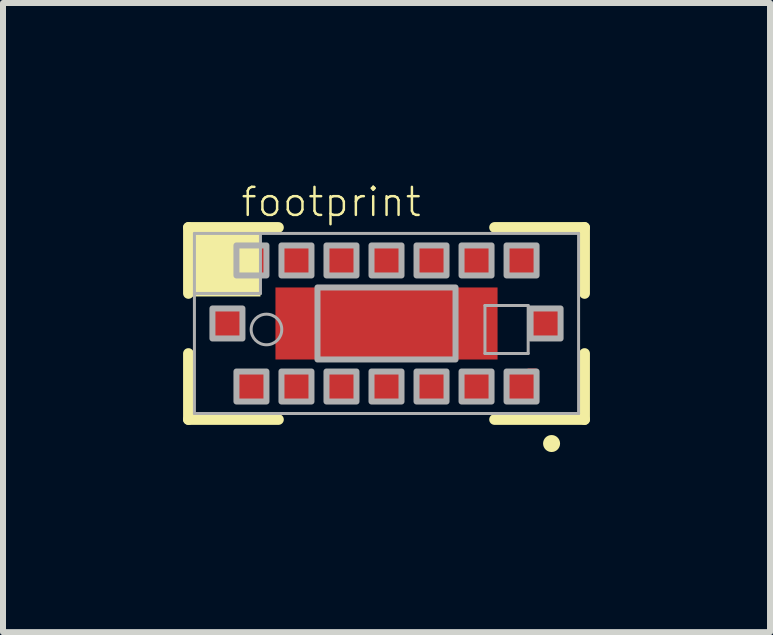
<source format=kicad_pcb>
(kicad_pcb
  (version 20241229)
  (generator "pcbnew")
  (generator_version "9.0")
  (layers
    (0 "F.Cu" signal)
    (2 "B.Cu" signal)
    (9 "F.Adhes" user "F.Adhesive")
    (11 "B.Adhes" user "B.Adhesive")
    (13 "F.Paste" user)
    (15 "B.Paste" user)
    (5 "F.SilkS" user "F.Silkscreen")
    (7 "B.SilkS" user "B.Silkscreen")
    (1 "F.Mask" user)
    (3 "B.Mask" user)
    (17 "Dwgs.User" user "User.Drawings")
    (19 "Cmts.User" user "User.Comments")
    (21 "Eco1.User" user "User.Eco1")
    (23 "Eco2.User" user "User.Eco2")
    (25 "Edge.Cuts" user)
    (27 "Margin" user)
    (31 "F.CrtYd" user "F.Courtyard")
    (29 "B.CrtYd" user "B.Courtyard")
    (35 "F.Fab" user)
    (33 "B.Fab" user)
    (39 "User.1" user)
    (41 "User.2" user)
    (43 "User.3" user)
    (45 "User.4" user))
  (footprint "footprint"
    (layer "F.Cu")
    (at 3.389 2.339)
    (property "Reference" "footprint" (at -2.45 -1.75 0) (layer "F.SilkS") (effects (font (size 0.467 0.467) (thickness 0.041)) (justify left bottom)))
    (fp_poly (pts (xy 2.35 0.9) (xy 2.5 0.9) (xy 2.5 0.75) (xy 2.35 0.75)) (stroke (width 0) (type solid)) (fill yes) (layer "F.Cu"))
    (fp_line (start -3.3 -1.6) (end -1.8 -1.6) (stroke (width 0.178) (type solid)) (layer "F.SilkS"))
    (fp_line (start -3.3 -0.5) (end -3.3 -1.6) (stroke (width 0.178) (type solid)) (layer "F.SilkS"))
    (fp_line (start -3.3 1.6) (end -3.3 0.5) (stroke (width 0.178) (type solid)) (layer "F.SilkS"))
    (fp_line (start -1.8 1.6) (end -3.3 1.6) (stroke (width 0.178) (type solid)) (layer "F.SilkS"))
    (fp_line (start 1.8 -1.6) (end 3.3 -1.6) (stroke (width 0.178) (type solid)) (layer "F.SilkS"))
    (fp_line (start 3.3 -1.6) (end 3.3 -0.5) (stroke (width 0.178) (type solid)) (layer "F.SilkS"))
    (fp_line (start 3.3 0.5) (end 3.3 1.6) (stroke (width 0.178) (type solid)) (layer "F.SilkS"))
    (fp_line (start 3.3 1.6) (end 1.8 1.6) (stroke (width 0.178) (type solid)) (layer "F.SilkS"))
    (fp_circle (center 2.75 2) (end 2.821 2) (stroke (width 0.141) (type solid)) (fill yes) (layer "F.SilkS"))
    (fp_poly (pts (xy -3.3 -0.45) (xy -2.1 -0.45) (xy -2.1 -1.55) (xy -3.3 -1.55)) (stroke (width 0) (type solid)) (fill yes) (layer "F.SilkS"))
    (fp_poly (pts (xy -2.85 0.25) (xy -2.45 0.25) (xy -2.45 -0.25) (xy -2.85 -0.25)) (stroke (width 0) (type solid)) (fill yes) (layer "F.Paste"))
    (fp_poly (pts (xy -2.45 -0.8) (xy -2.05 -0.8) (xy -2.05 -1.3) (xy -2.45 -1.3)) (stroke (width 0) (type solid)) (fill yes) (layer "F.Paste"))
    (fp_poly (pts (xy -2.45 1.3) (xy -2.05 1.3) (xy -2.05 0.8) (xy -2.45 0.8)) (stroke (width 0) (type solid)) (fill yes) (layer "F.Paste"))
    (fp_poly (pts (xy -1.7 -0.8) (xy -1.3 -0.8) (xy -1.3 -1.3) (xy -1.7 -1.3)) (stroke (width 0) (type solid)) (fill yes) (layer "F.Paste"))
    (fp_poly (pts (xy -1.7 1.3) (xy -1.3 1.3) (xy -1.3 0.8) (xy -1.7 0.8)) (stroke (width 0) (type solid)) (fill yes) (layer "F.Paste"))
    (fp_poly (pts (xy -0.95 -0.8) (xy -0.55 -0.8) (xy -0.55 -1.3) (xy -0.95 -1.3)) (stroke (width 0) (type solid)) (fill yes) (layer "F.Paste"))
    (fp_poly (pts (xy -0.95 1.3) (xy -0.55 1.3) (xy -0.55 0.8) (xy -0.95 0.8)) (stroke (width 0) (type solid)) (fill yes) (layer "F.Paste"))
    (fp_poly (pts (xy -0.25 -0.55) (xy -0.9 -0.55) (xy -0.9 -0.1) (xy -0.25 -0.1)) (stroke (width 0) (type solid)) (fill yes) (layer "F.Paste"))
    (fp_poly (pts (xy -0.25 0.1) (xy -0.9 0.1) (xy -0.9 0.55) (xy -0.25 0.55)) (stroke (width 0) (type solid)) (fill yes) (layer "F.Paste"))
    (fp_poly (pts (xy -0.2 -0.8) (xy 0.2 -0.8) (xy 0.2 -1.3) (xy -0.2 -1.3)) (stroke (width 0) (type solid)) (fill yes) (layer "F.Paste"))
    (fp_poly (pts (xy -0.2 1.3) (xy 0.2 1.3) (xy 0.2 0.8) (xy -0.2 0.8)) (stroke (width 0) (type solid)) (fill yes) (layer "F.Paste"))
    (fp_poly (pts (xy 0.25 -0.1) (xy 0.9 -0.1) (xy 0.9 -0.55) (xy 0.25 -0.55)) (stroke (width 0) (type solid)) (fill yes) (layer "F.Paste"))
    (fp_poly (pts (xy 0.25 0.55) (xy 0.9 0.55) (xy 0.9 0.1) (xy 0.25 0.1)) (stroke (width 0) (type solid)) (fill yes) (layer "F.Paste"))
    (fp_poly (pts (xy 0.55 -0.8) (xy 0.95 -0.8) (xy 0.95 -1.3) (xy 0.55 -1.3)) (stroke (width 0) (type solid)) (fill yes) (layer "F.Paste"))
    (fp_poly (pts (xy 0.55 1.3) (xy 0.95 1.3) (xy 0.95 0.8) (xy 0.55 0.8)) (stroke (width 0) (type solid)) (fill yes) (layer "F.Paste"))
    (fp_poly (pts (xy 1.3 -0.8) (xy 1.7 -0.8) (xy 1.7 -1.3) (xy 1.3 -1.3)) (stroke (width 0) (type solid)) (fill yes) (layer "F.Paste"))
    (fp_poly (pts (xy 1.3 1.3) (xy 1.7 1.3) (xy 1.7 0.8) (xy 1.3 0.8)) (stroke (width 0) (type solid)) (fill yes) (layer "F.Paste"))
    (fp_poly (pts (xy 2.05 -0.8) (xy 2.45 -0.8) (xy 2.45 -1.3) (xy 2.05 -1.3)) (stroke (width 0) (type solid)) (fill yes) (layer "F.Paste"))
    (fp_poly (pts (xy 2.05 1.3) (xy 2.45 1.3) (xy 2.45 0.8) (xy 2.05 0.8)) (stroke (width 0) (type solid)) (fill yes) (layer "F.Paste"))
    (fp_poly (pts (xy 2.45 0.25) (xy 2.85 0.25) (xy 2.85 -0.25) (xy 2.45 -0.25)) (stroke (width 0) (type solid)) (fill yes) (layer "F.Paste"))
    (fp_line (start -3.2 -1.5) (end -2.1 -1.5) (stroke (width 0.05) (type solid)) (layer "F.Fab"))
    (fp_line (start -3.2 -0.5) (end -3.2 -1.5) (stroke (width 0.05) (type solid)) (layer "F.Fab"))
    (fp_line (start -3.2 1.5) (end -3.2 -0.5) (stroke (width 0.05) (type solid)) (layer "F.Fab"))
    (fp_line (start -2.1 -1.5) (end -2.1 -0.5) (stroke (width 0.05) (type solid)) (layer "F.Fab"))
    (fp_line (start -2.1 -1.5) (end 3.2 -1.5) (stroke (width 0.05) (type solid)) (layer "F.Fab"))
    (fp_line (start -2.1 -0.5) (end -3.2 -0.5) (stroke (width 0.05) (type solid)) (layer "F.Fab"))
    (fp_line (start 1.64 -0.3) (end 1.64 0.5) (stroke (width 0.05) (type solid)) (layer "F.Fab"))
    (fp_line (start 1.64 -0.3) (end 2.36 -0.3) (stroke (width 0.05) (type solid)) (layer "F.Fab"))
    (fp_line (start 2.36 -0.3) (end 2.36 0.5) (stroke (width 0.05) (type solid)) (layer "F.Fab"))
    (fp_line (start 2.36 0.5) (end 1.64 0.5) (stroke (width 0.05) (type solid)) (layer "F.Fab"))
    (fp_line (start 3.2 -1.5) (end 3.2 1.5) (stroke (width 0.05) (type solid)) (layer "F.Fab"))
    (fp_line (start 3.2 1.5) (end -3.2 1.5) (stroke (width 0.05) (type solid)) (layer "F.Fab"))
    (fp_circle (center -2 0.1) (end -1.745 0.1) (stroke (width 0.05) (type solid)) (fill no) (layer "F.Fab"))
    (fp_poly (pts (xy -2.9 0.25) (xy -2.4 0.25) (xy -2.4 -0.25) (xy -2.9 -0.25)) (stroke (width 0.1) (type solid)) (fill no) (layer "F.Fab"))
    (fp_poly (pts (xy -2.5 -0.8) (xy -2 -0.8) (xy -2 -1.3) (xy -2.5 -1.3)) (stroke (width 0.1) (type solid)) (fill no) (layer "F.Fab"))
    (fp_poly (pts (xy -2.5 1.3) (xy -2 1.3) (xy -2 0.8) (xy -2.5 0.8)) (stroke (width 0.1) (type solid)) (fill no) (layer "F.Fab"))
    (fp_poly (pts (xy -1.75 -0.8) (xy -1.25 -0.8) (xy -1.25 -1.3) (xy -1.75 -1.3)) (stroke (width 0.1) (type solid)) (fill no) (layer "F.Fab"))
    (fp_poly (pts (xy -1.75 1.3) (xy -1.25 1.3) (xy -1.25 0.8) (xy -1.75 0.8)) (stroke (width 0.1) (type solid)) (fill no) (layer "F.Fab"))
    (fp_poly (pts (xy -1.15 0.6) (xy 1.15 0.6) (xy 1.15 -0.6) (xy -1.15 -0.6)) (stroke (width 0.1) (type solid)) (fill no) (layer "F.Fab"))
    (fp_poly (pts (xy -1 -0.8) (xy -0.5 -0.8) (xy -0.5 -1.3) (xy -1 -1.3)) (stroke (width 0.1) (type solid)) (fill no) (layer "F.Fab"))
    (fp_poly (pts (xy -1 1.3) (xy -0.5 1.3) (xy -0.5 0.8) (xy -1 0.8)) (stroke (width 0.1) (type solid)) (fill no) (layer "F.Fab"))
    (fp_poly (pts (xy -0.25 -0.8) (xy 0.25 -0.8) (xy 0.25 -1.3) (xy -0.25 -1.3)) (stroke (width 0.1) (type solid)) (fill no) (layer "F.Fab"))
    (fp_poly (pts (xy -0.25 1.3) (xy 0.25 1.3) (xy 0.25 0.8) (xy -0.25 0.8)) (stroke (width 0.1) (type solid)) (fill no) (layer "F.Fab"))
    (fp_poly (pts (xy 0.5 -0.8) (xy 1 -0.8) (xy 1 -1.3) (xy 0.5 -1.3)) (stroke (width 0.1) (type solid)) (fill no) (layer "F.Fab"))
    (fp_poly (pts (xy 0.5 1.3) (xy 1 1.3) (xy 1 0.8) (xy 0.5 0.8)) (stroke (width 0.1) (type solid)) (fill no) (layer "F.Fab"))
    (fp_poly (pts (xy 1.25 -0.8) (xy 1.75 -0.8) (xy 1.75 -1.3) (xy 1.25 -1.3)) (stroke (width 0.1) (type solid)) (fill no) (layer "F.Fab"))
    (fp_poly (pts (xy 1.25 1.3) (xy 1.75 1.3) (xy 1.75 0.8) (xy 1.25 0.8)) (stroke (width 0.1) (type solid)) (fill no) (layer "F.Fab"))
    (fp_poly (pts (xy 2 -0.8) (xy 2.5 -0.8) (xy 2.5 -1.3) (xy 2 -1.3)) (stroke (width 0.1) (type solid)) (fill no) (layer "F.Fab"))
    (fp_poly (pts (xy 2 1.3) (xy 2.5 1.3) (xy 2.5 0.8) (xy 2 0.8)) (stroke (width 0.1) (type solid)) (fill no) (layer "F.Fab"))
    (fp_poly (pts (xy 2.4 0.25) (xy 2.9 0.25) (xy 2.9 -0.25) (xy 2.4 -0.25)) (stroke (width 0.1) (type solid)) (fill no) (layer "F.Fab"))
    (pad "A1" smd rect (at 2.25 1.05) (size 0.5 0.5) (layers "F.Cu" "F.Mask"))
    (pad "A2" smd rect (at 1.5 1.05) (size 0.5 0.5) (layers "F.Cu" "F.Mask"))
    (pad "A3" smd rect (at 0.75 1.05) (size 0.5 0.5) (layers "F.Cu" "F.Mask"))
    (pad "A4" smd rect (at 0 1.05) (size 0.5 0.5) (layers "F.Cu" "F.Mask"))
    (pad "A5" smd rect (at -0.75 1.05) (size 0.5 0.5) (layers "F.Cu" "F.Mask"))
    (pad "A6" smd rect (at -1.5 1.05) (size 0.5 0.5) (layers "F.Cu" "F.Mask"))
    (pad "A7" smd rect (at -2.25 1.05) (size 0.5 0.5) (layers "F.Cu" "F.Mask"))
    (pad "B1" smd rect (at 2.65 0) (size 0.5 0.5) (layers "F.Cu" "F.Mask"))
    (pad "B4" smd rect (at 0 0) (size 3.7 1.2) (layers "F.Cu" "F.Mask"))
    (pad "B7" smd rect (at -2.65 0 180) (size 0.5 0.5) (layers "F.Cu" "F.Mask"))
    (pad "C1" smd rect (at 2.25 -1.05) (size 0.5 0.5) (layers "F.Cu" "F.Mask"))
    (pad "C2" smd rect (at 1.5 -1.05) (size 0.5 0.5) (layers "F.Cu" "F.Mask"))
    (pad "C3" smd rect (at 0.75 -1.05) (size 0.5 0.5) (layers "F.Cu" "F.Mask"))
    (pad "C4" smd rect (at 0 -1.05) (size 0.5 0.5) (layers "F.Cu" "F.Mask"))
    (pad "C5" smd rect (at -0.75 -1.05) (size 0.5 0.5) (layers "F.Cu" "F.Mask"))
    (pad "C6" smd rect (at -1.5 -1.05) (size 0.5 0.5) (layers "F.Cu" "F.Mask"))
    (pad "C7" smd rect (at -2.25 -1.05) (size 0.5 0.5) (layers "F.Cu" "F.Mask")))
  (gr_rect
    (start -3 -3)
    (end 9.778 7.481)
    (stroke (width 0.1) (type default))
    (fill no)
    (layer "Edge.Cuts")))
</source>
